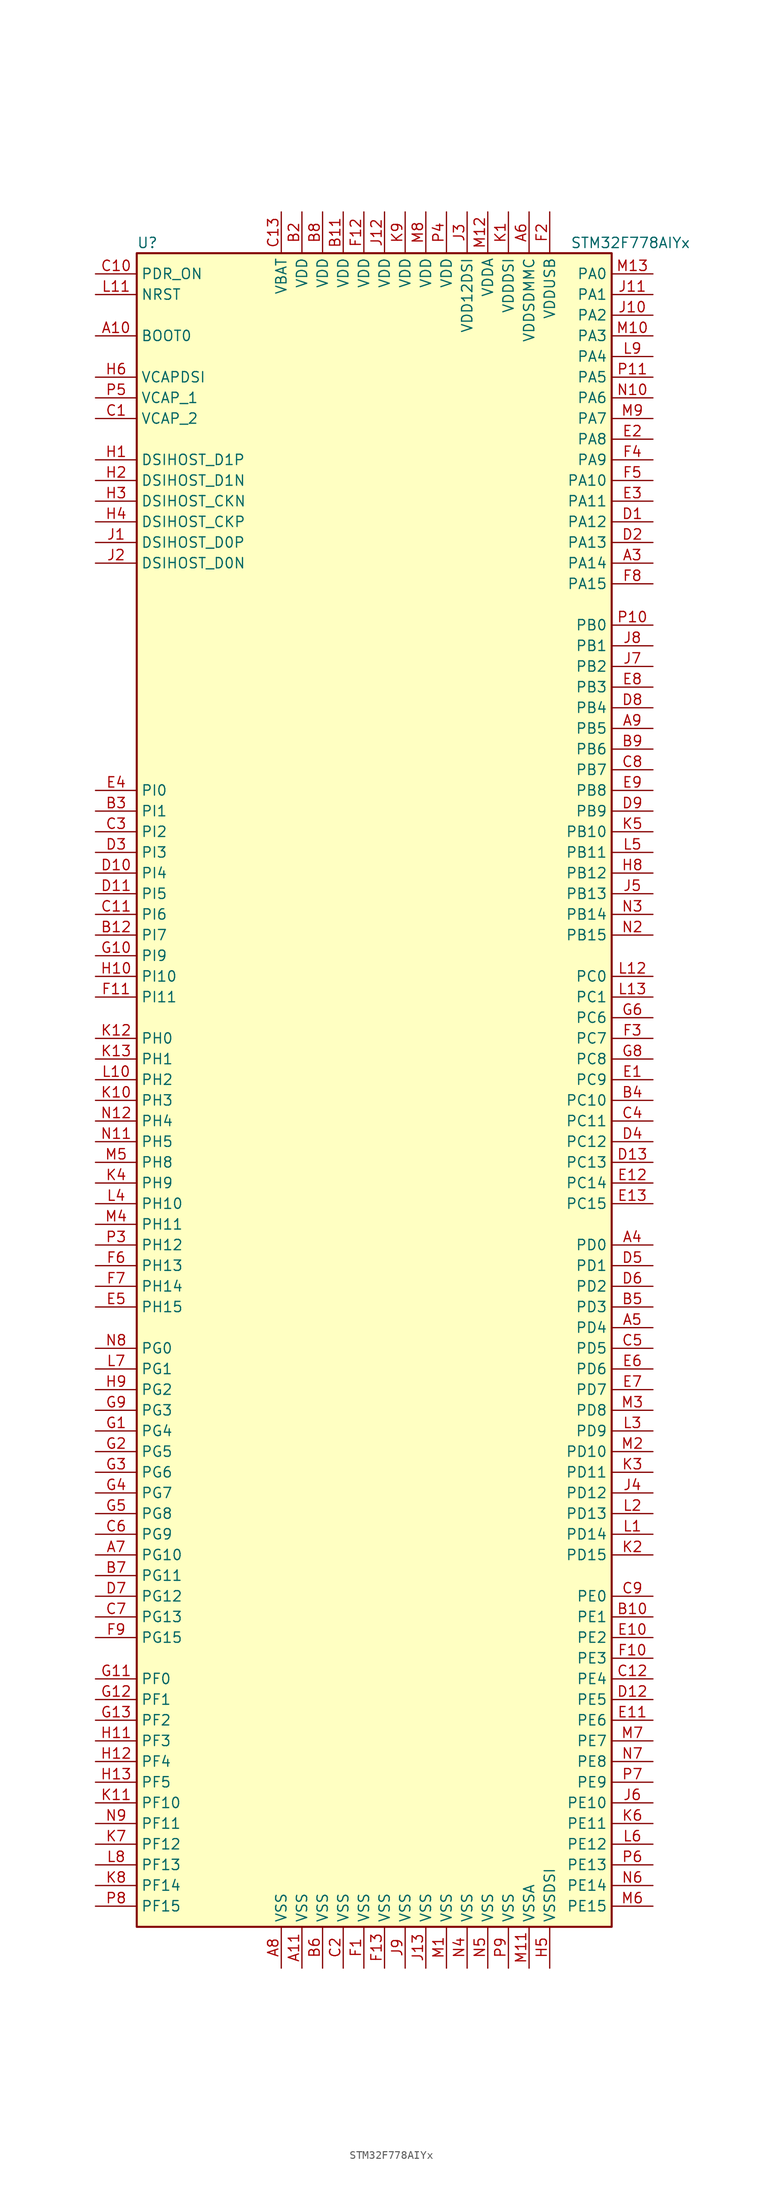
<source format=kicad_sym>
(kicad_symbol_lib
  (version 20201005)
  (generator kicad_symbol_editor)
  (symbol "STM32F778AIYx"
    (property "Reference" "U"
      (at -30.48 102.87 0)
      (effects (font (size 1.27 1.27)) (justify left)))
    (property "Value" "STM32F778AIYx"
      (at 22.86 102.87 0)
      (effects (font (size 1.27 1.27)) (justify left)))
    (symbol "STM32F778AIYx_0_1"
      (rectangle (start -30.48 -104.14) (end 27.94 101.6) (stroke (width 0.254)) (fill (type background))))
    (symbol "STM32F778AIYx_1_1"
      (pin no_connect line (at -30.48 -101.6 0) (length 5.08) hide (name "NC" (effects (font (size 1.27 1.27)))) (number "A1" (effects (font (size 1.27 1.27)))))
      (pin input line (at -35.56 91.44 0) (length 5.08) (name "BOOT0" (effects (font (size 1.27 1.27)))) (number "A10" (effects (font (size 1.27 1.27)))))
      (pin power_in line (at -10.16 -109.22 90) (length 5.08) (name "VSS" (effects (font (size 1.27 1.27)))) (number "A11" (effects (font (size 1.27 1.27)))))
      (pin no_connect line (at -30.48 -96.52 0) (length 5.08) hide (name "NC" (effects (font (size 1.27 1.27)))) (number "A12" (effects (font (size 1.27 1.27)))))
      (pin no_connect line (at -30.48 -93.98 0) (length 5.08) hide (name "NC" (effects (font (size 1.27 1.27)))) (number "A13" (effects (font (size 1.27 1.27)))))
      (pin no_connect line (at -30.48 -99.06 0) (length 5.08) hide (name "NC" (effects (font (size 1.27 1.27)))) (number "A2" (effects (font (size 1.27 1.27)))))
      (pin bidirectional line (at 33.02 63.5 180) (length 5.08) (name "PA14" (effects (font (size 1.27 1.27)))) (number "A3" (effects (font (size 1.27 1.27)))))
      (pin bidirectional line (at 33.02 -20.32 180) (length 5.08) (name "PD0" (effects (font (size 1.27 1.27)))) (number "A4" (effects (font (size 1.27 1.27)))))
      (pin bidirectional line (at 33.02 -30.48 180) (length 5.08) (name "PD4" (effects (font (size 1.27 1.27)))) (number "A5" (effects (font (size 1.27 1.27)))))
      (pin power_in line (at 17.78 106.68 270) (length 5.08) (name "VDDSDMMC" (effects (font (size 1.27 1.27)))) (number "A6" (effects (font (size 1.27 1.27)))))
      (pin bidirectional line (at -35.56 -58.42 0) (length 5.08) (name "PG10" (effects (font (size 1.27 1.27)))) (number "A7" (effects (font (size 1.27 1.27)))))
      (pin power_in line (at -12.7 -109.22 90) (length 5.08) (name "VSS" (effects (font (size 1.27 1.27)))) (number "A8" (effects (font (size 1.27 1.27)))))
      (pin bidirectional line (at 33.02 43.18 180) (length 5.08) (name "PB5" (effects (font (size 1.27 1.27)))) (number "A9" (effects (font (size 1.27 1.27)))))
      (pin no_connect line (at -30.48 -91.44 0) (length 5.08) hide (name "NC" (effects (font (size 1.27 1.27)))) (number "B1" (effects (font (size 1.27 1.27)))))
      (pin bidirectional line (at 33.02 -66.04 180) (length 5.08) (name "PE1" (effects (font (size 1.27 1.27)))) (number "B10" (effects (font (size 1.27 1.27)))))
      (pin power_in line (at -5.08 106.68 270) (length 5.08) (name "VDD" (effects (font (size 1.27 1.27)))) (number "B11" (effects (font (size 1.27 1.27)))))
      (pin bidirectional line (at -35.56 17.78 0) (length 5.08) (name "PI7" (effects (font (size 1.27 1.27)))) (number "B12" (effects (font (size 1.27 1.27)))))
      (pin no_connect line (at -30.48 -88.9 0) (length 5.08) hide (name "NC" (effects (font (size 1.27 1.27)))) (number "B13" (effects (font (size 1.27 1.27)))))
      (pin power_in line (at -10.16 106.68 270) (length 5.08) (name "VDD" (effects (font (size 1.27 1.27)))) (number "B2" (effects (font (size 1.27 1.27)))))
      (pin bidirectional line (at -35.56 33.02 0) (length 5.08) (name "PI1" (effects (font (size 1.27 1.27)))) (number "B3" (effects (font (size 1.27 1.27)))))
      (pin bidirectional line (at 33.02 -2.54 180) (length 5.08) (name "PC10" (effects (font (size 1.27 1.27)))) (number "B4" (effects (font (size 1.27 1.27)))))
      (pin bidirectional line (at 33.02 -27.94 180) (length 5.08) (name "PD3" (effects (font (size 1.27 1.27)))) (number "B5" (effects (font (size 1.27 1.27)))))
      (pin power_in line (at -7.62 -109.22 90) (length 5.08) (name "VSS" (effects (font (size 1.27 1.27)))) (number "B6" (effects (font (size 1.27 1.27)))))
      (pin bidirectional line (at -35.56 -60.96 0) (length 5.08) (name "PG11" (effects (font (size 1.27 1.27)))) (number "B7" (effects (font (size 1.27 1.27)))))
      (pin power_in line (at -7.62 106.68 270) (length 5.08) (name "VDD" (effects (font (size 1.27 1.27)))) (number "B8" (effects (font (size 1.27 1.27)))))
      (pin bidirectional line (at 33.02 40.64 180) (length 5.08) (name "PB6" (effects (font (size 1.27 1.27)))) (number "B9" (effects (font (size 1.27 1.27)))))
      (pin power_in line (at -35.56 81.28 0) (length 5.08) (name "VCAP_2" (effects (font (size 1.27 1.27)))) (number "C1" (effects (font (size 1.27 1.27)))))
      (pin input line (at -35.56 99.06 0) (length 5.08) (name "PDR_ON" (effects (font (size 1.27 1.27)))) (number "C10" (effects (font (size 1.27 1.27)))))
      (pin bidirectional line (at -35.56 20.32 0) (length 5.08) (name "PI6" (effects (font (size 1.27 1.27)))) (number "C11" (effects (font (size 1.27 1.27)))))
      (pin bidirectional line (at 33.02 -73.66 180) (length 5.08) (name "PE4" (effects (font (size 1.27 1.27)))) (number "C12" (effects (font (size 1.27 1.27)))))
      (pin power_in line (at -12.7 106.68 270) (length 5.08) (name "VBAT" (effects (font (size 1.27 1.27)))) (number "C13" (effects (font (size 1.27 1.27)))))
      (pin power_in line (at -5.08 -109.22 90) (length 5.08) (name "VSS" (effects (font (size 1.27 1.27)))) (number "C2" (effects (font (size 1.27 1.27)))))
      (pin bidirectional line (at -35.56 30.48 0) (length 5.08) (name "PI2" (effects (font (size 1.27 1.27)))) (number "C3" (effects (font (size 1.27 1.27)))))
      (pin bidirectional line (at 33.02 -5.08 180) (length 5.08) (name "PC11" (effects (font (size 1.27 1.27)))) (number "C4" (effects (font (size 1.27 1.27)))))
      (pin bidirectional line (at 33.02 -33.02 180) (length 5.08) (name "PD5" (effects (font (size 1.27 1.27)))) (number "C5" (effects (font (size 1.27 1.27)))))
      (pin bidirectional line (at -35.56 -55.88 0) (length 5.08) (name "PG9" (effects (font (size 1.27 1.27)))) (number "C6" (effects (font (size 1.27 1.27)))))
      (pin bidirectional line (at -35.56 -66.04 0) (length 5.08) (name "PG13" (effects (font (size 1.27 1.27)))) (number "C7" (effects (font (size 1.27 1.27)))))
      (pin bidirectional line (at 33.02 38.1 180) (length 5.08) (name "PB7" (effects (font (size 1.27 1.27)))) (number "C8" (effects (font (size 1.27 1.27)))))
      (pin bidirectional line (at 33.02 -63.5 180) (length 5.08) (name "PE0" (effects (font (size 1.27 1.27)))) (number "C9" (effects (font (size 1.27 1.27)))))
      (pin bidirectional line (at 33.02 68.58 180) (length 5.08) (name "PA12" (effects (font (size 1.27 1.27)))) (number "D1" (effects (font (size 1.27 1.27)))))
      (pin bidirectional line (at -35.56 25.4 0) (length 5.08) (name "PI4" (effects (font (size 1.27 1.27)))) (number "D10" (effects (font (size 1.27 1.27)))))
      (pin bidirectional line (at -35.56 22.86 0) (length 5.08) (name "PI5" (effects (font (size 1.27 1.27)))) (number "D11" (effects (font (size 1.27 1.27)))))
      (pin bidirectional line (at 33.02 -76.2 180) (length 5.08) (name "PE5" (effects (font (size 1.27 1.27)))) (number "D12" (effects (font (size 1.27 1.27)))))
      (pin bidirectional line (at 33.02 -10.16 180) (length 5.08) (name "PC13" (effects (font (size 1.27 1.27)))) (number "D13" (effects (font (size 1.27 1.27)))))
      (pin bidirectional line (at 33.02 66.04 180) (length 5.08) (name "PA13" (effects (font (size 1.27 1.27)))) (number "D2" (effects (font (size 1.27 1.27)))))
      (pin bidirectional line (at -35.56 27.94 0) (length 5.08) (name "PI3" (effects (font (size 1.27 1.27)))) (number "D3" (effects (font (size 1.27 1.27)))))
      (pin bidirectional line (at 33.02 -7.62 180) (length 5.08) (name "PC12" (effects (font (size 1.27 1.27)))) (number "D4" (effects (font (size 1.27 1.27)))))
      (pin bidirectional line (at 33.02 -22.86 180) (length 5.08) (name "PD1" (effects (font (size 1.27 1.27)))) (number "D5" (effects (font (size 1.27 1.27)))))
      (pin bidirectional line (at 33.02 -25.4 180) (length 5.08) (name "PD2" (effects (font (size 1.27 1.27)))) (number "D6" (effects (font (size 1.27 1.27)))))
      (pin bidirectional line (at -35.56 -63.5 0) (length 5.08) (name "PG12" (effects (font (size 1.27 1.27)))) (number "D7" (effects (font (size 1.27 1.27)))))
      (pin bidirectional line (at 33.02 45.72 180) (length 5.08) (name "PB4" (effects (font (size 1.27 1.27)))) (number "D8" (effects (font (size 1.27 1.27)))))
      (pin bidirectional line (at 33.02 33.02 180) (length 5.08) (name "PB9" (effects (font (size 1.27 1.27)))) (number "D9" (effects (font (size 1.27 1.27)))))
      (pin bidirectional line (at 33.02 0 180) (length 5.08) (name "PC9" (effects (font (size 1.27 1.27)))) (number "E1" (effects (font (size 1.27 1.27)))))
      (pin bidirectional line (at 33.02 -68.58 180) (length 5.08) (name "PE2" (effects (font (size 1.27 1.27)))) (number "E10" (effects (font (size 1.27 1.27)))))
      (pin bidirectional line (at 33.02 -78.74 180) (length 5.08) (name "PE6" (effects (font (size 1.27 1.27)))) (number "E11" (effects (font (size 1.27 1.27)))))
      (pin bidirectional line (at 33.02 -12.7 180) (length 5.08) (name "PC14" (effects (font (size 1.27 1.27)))) (number "E12" (effects (font (size 1.27 1.27)))))
      (pin bidirectional line (at 33.02 -15.24 180) (length 5.08) (name "PC15" (effects (font (size 1.27 1.27)))) (number "E13" (effects (font (size 1.27 1.27)))))
      (pin bidirectional line (at 33.02 78.74 180) (length 5.08) (name "PA8" (effects (font (size 1.27 1.27)))) (number "E2" (effects (font (size 1.27 1.27)))))
      (pin bidirectional line (at 33.02 71.12 180) (length 5.08) (name "PA11" (effects (font (size 1.27 1.27)))) (number "E3" (effects (font (size 1.27 1.27)))))
      (pin bidirectional line (at -35.56 35.56 0) (length 5.08) (name "PI0" (effects (font (size 1.27 1.27)))) (number "E4" (effects (font (size 1.27 1.27)))))
      (pin bidirectional line (at -35.56 -27.94 0) (length 5.08) (name "PH15" (effects (font (size 1.27 1.27)))) (number "E5" (effects (font (size 1.27 1.27)))))
      (pin bidirectional line (at 33.02 -35.56 180) (length 5.08) (name "PD6" (effects (font (size 1.27 1.27)))) (number "E6" (effects (font (size 1.27 1.27)))))
      (pin bidirectional line (at 33.02 -38.1 180) (length 5.08) (name "PD7" (effects (font (size 1.27 1.27)))) (number "E7" (effects (font (size 1.27 1.27)))))
      (pin bidirectional line (at 33.02 48.26 180) (length 5.08) (name "PB3" (effects (font (size 1.27 1.27)))) (number "E8" (effects (font (size 1.27 1.27)))))
      (pin bidirectional line (at 33.02 35.56 180) (length 5.08) (name "PB8" (effects (font (size 1.27 1.27)))) (number "E9" (effects (font (size 1.27 1.27)))))
      (pin power_in line (at -2.54 -109.22 90) (length 5.08) (name "VSS" (effects (font (size 1.27 1.27)))) (number "F1" (effects (font (size 1.27 1.27)))))
      (pin bidirectional line (at 33.02 -71.12 180) (length 5.08) (name "PE3" (effects (font (size 1.27 1.27)))) (number "F10" (effects (font (size 1.27 1.27)))))
      (pin bidirectional line (at -35.56 10.16 0) (length 5.08) (name "PI11" (effects (font (size 1.27 1.27)))) (number "F11" (effects (font (size 1.27 1.27)))))
      (pin power_in line (at -2.54 106.68 270) (length 5.08) (name "VDD" (effects (font (size 1.27 1.27)))) (number "F12" (effects (font (size 1.27 1.27)))))
      (pin power_in line (at 0 -109.22 90) (length 5.08) (name "VSS" (effects (font (size 1.27 1.27)))) (number "F13" (effects (font (size 1.27 1.27)))))
      (pin power_in line (at 20.32 106.68 270) (length 5.08) (name "VDDUSB" (effects (font (size 1.27 1.27)))) (number "F2" (effects (font (size 1.27 1.27)))))
      (pin bidirectional line (at 33.02 5.08 180) (length 5.08) (name "PC7" (effects (font (size 1.27 1.27)))) (number "F3" (effects (font (size 1.27 1.27)))))
      (pin bidirectional line (at 33.02 76.2 180) (length 5.08) (name "PA9" (effects (font (size 1.27 1.27)))) (number "F4" (effects (font (size 1.27 1.27)))))
      (pin bidirectional line (at 33.02 73.66 180) (length 5.08) (name "PA10" (effects (font (size 1.27 1.27)))) (number "F5" (effects (font (size 1.27 1.27)))))
      (pin bidirectional line (at -35.56 -22.86 0) (length 5.08) (name "PH13" (effects (font (size 1.27 1.27)))) (number "F6" (effects (font (size 1.27 1.27)))))
      (pin bidirectional line (at -35.56 -25.4 0) (length 5.08) (name "PH14" (effects (font (size 1.27 1.27)))) (number "F7" (effects (font (size 1.27 1.27)))))
      (pin bidirectional line (at 33.02 60.96 180) (length 5.08) (name "PA15" (effects (font (size 1.27 1.27)))) (number "F8" (effects (font (size 1.27 1.27)))))
      (pin bidirectional line (at -35.56 -68.58 0) (length 5.08) (name "PG15" (effects (font (size 1.27 1.27)))) (number "F9" (effects (font (size 1.27 1.27)))))
      (pin bidirectional line (at -35.56 -43.18 0) (length 5.08) (name "PG4" (effects (font (size 1.27 1.27)))) (number "G1" (effects (font (size 1.27 1.27)))))
      (pin bidirectional line (at -35.56 15.24 0) (length 5.08) (name "PI9" (effects (font (size 1.27 1.27)))) (number "G10" (effects (font (size 1.27 1.27)))))
      (pin bidirectional line (at -35.56 -73.66 0) (length 5.08) (name "PF0" (effects (font (size 1.27 1.27)))) (number "G11" (effects (font (size 1.27 1.27)))))
      (pin bidirectional line (at -35.56 -76.2 0) (length 5.08) (name "PF1" (effects (font (size 1.27 1.27)))) (number "G12" (effects (font (size 1.27 1.27)))))
      (pin bidirectional line (at -35.56 -78.74 0) (length 5.08) (name "PF2" (effects (font (size 1.27 1.27)))) (number "G13" (effects (font (size 1.27 1.27)))))
      (pin bidirectional line (at -35.56 -45.72 0) (length 5.08) (name "PG5" (effects (font (size 1.27 1.27)))) (number "G2" (effects (font (size 1.27 1.27)))))
      (pin bidirectional line (at -35.56 -48.26 0) (length 5.08) (name "PG6" (effects (font (size 1.27 1.27)))) (number "G3" (effects (font (size 1.27 1.27)))))
      (pin bidirectional line (at -35.56 -50.8 0) (length 5.08) (name "PG7" (effects (font (size 1.27 1.27)))) (number "G4" (effects (font (size 1.27 1.27)))))
      (pin bidirectional line (at -35.56 -53.34 0) (length 5.08) (name "PG8" (effects (font (size 1.27 1.27)))) (number "G5" (effects (font (size 1.27 1.27)))))
      (pin bidirectional line (at 33.02 7.62 180) (length 5.08) (name "PC6" (effects (font (size 1.27 1.27)))) (number "G6" (effects (font (size 1.27 1.27)))))
      (pin bidirectional line (at 33.02 2.54 180) (length 5.08) (name "PC8" (effects (font (size 1.27 1.27)))) (number "G8" (effects (font (size 1.27 1.27)))))
      (pin bidirectional line (at -35.56 -40.64 0) (length 5.08) (name "PG3" (effects (font (size 1.27 1.27)))) (number "G9" (effects (font (size 1.27 1.27)))))
      (pin bidirectional line (at -35.56 76.2 0) (length 5.08) (name "DSIHOST_D1P" (effects (font (size 1.27 1.27)))) (number "H1" (effects (font (size 1.27 1.27)))))
      (pin bidirectional line (at -35.56 12.7 0) (length 5.08) (name "PI10" (effects (font (size 1.27 1.27)))) (number "H10" (effects (font (size 1.27 1.27)))))
      (pin bidirectional line (at -35.56 -81.28 0) (length 5.08) (name "PF3" (effects (font (size 1.27 1.27)))) (number "H11" (effects (font (size 1.27 1.27)))))
      (pin bidirectional line (at -35.56 -83.82 0) (length 5.08) (name "PF4" (effects (font (size 1.27 1.27)))) (number "H12" (effects (font (size 1.27 1.27)))))
      (pin bidirectional line (at -35.56 -86.36 0) (length 5.08) (name "PF5" (effects (font (size 1.27 1.27)))) (number "H13" (effects (font (size 1.27 1.27)))))
      (pin bidirectional line (at -35.56 73.66 0) (length 5.08) (name "DSIHOST_D1N" (effects (font (size 1.27 1.27)))) (number "H2" (effects (font (size 1.27 1.27)))))
      (pin bidirectional line (at -35.56 71.12 0) (length 5.08) (name "DSIHOST_CKN" (effects (font (size 1.27 1.27)))) (number "H3" (effects (font (size 1.27 1.27)))))
      (pin bidirectional line (at -35.56 68.58 0) (length 5.08) (name "DSIHOST_CKP" (effects (font (size 1.27 1.27)))) (number "H4" (effects (font (size 1.27 1.27)))))
      (pin power_in line (at 20.32 -109.22 90) (length 5.08) (name "VSSDSI" (effects (font (size 1.27 1.27)))) (number "H5" (effects (font (size 1.27 1.27)))))
      (pin power_in line (at -35.56 86.36 0) (length 5.08) (name "VCAPDSI" (effects (font (size 1.27 1.27)))) (number "H6" (effects (font (size 1.27 1.27)))))
      (pin bidirectional line (at 33.02 25.4 180) (length 5.08) (name "PB12" (effects (font (size 1.27 1.27)))) (number "H8" (effects (font (size 1.27 1.27)))))
      (pin bidirectional line (at -35.56 -38.1 0) (length 5.08) (name "PG2" (effects (font (size 1.27 1.27)))) (number "H9" (effects (font (size 1.27 1.27)))))
      (pin bidirectional line (at -35.56 66.04 0) (length 5.08) (name "DSIHOST_D0P" (effects (font (size 1.27 1.27)))) (number "J1" (effects (font (size 1.27 1.27)))))
      (pin bidirectional line (at 33.02 93.98 180) (length 5.08) (name "PA2" (effects (font (size 1.27 1.27)))) (number "J10" (effects (font (size 1.27 1.27)))))
      (pin bidirectional line (at 33.02 96.52 180) (length 5.08) (name "PA1" (effects (font (size 1.27 1.27)))) (number "J11" (effects (font (size 1.27 1.27)))))
      (pin power_in line (at 0 106.68 270) (length 5.08) (name "VDD" (effects (font (size 1.27 1.27)))) (number "J12" (effects (font (size 1.27 1.27)))))
      (pin power_in line (at 5.08 -109.22 90) (length 5.08) (name "VSS" (effects (font (size 1.27 1.27)))) (number "J13" (effects (font (size 1.27 1.27)))))
      (pin bidirectional line (at -35.56 63.5 0) (length 5.08) (name "DSIHOST_D0N" (effects (font (size 1.27 1.27)))) (number "J2" (effects (font (size 1.27 1.27)))))
      (pin power_in line (at 10.16 106.68 270) (length 5.08) (name "VDD12DSI" (effects (font (size 1.27 1.27)))) (number "J3" (effects (font (size 1.27 1.27)))))
      (pin bidirectional line (at 33.02 -50.8 180) (length 5.08) (name "PD12" (effects (font (size 1.27 1.27)))) (number "J4" (effects (font (size 1.27 1.27)))))
      (pin bidirectional line (at 33.02 22.86 180) (length 5.08) (name "PB13" (effects (font (size 1.27 1.27)))) (number "J5" (effects (font (size 1.27 1.27)))))
      (pin bidirectional line (at 33.02 -88.9 180) (length 5.08) (name "PE10" (effects (font (size 1.27 1.27)))) (number "J6" (effects (font (size 1.27 1.27)))))
      (pin bidirectional line (at 33.02 50.8 180) (length 5.08) (name "PB2" (effects (font (size 1.27 1.27)))) (number "J7" (effects (font (size 1.27 1.27)))))
      (pin bidirectional line (at 33.02 53.34 180) (length 5.08) (name "PB1" (effects (font (size 1.27 1.27)))) (number "J8" (effects (font (size 1.27 1.27)))))
      (pin power_in line (at 2.54 -109.22 90) (length 5.08) (name "VSS" (effects (font (size 1.27 1.27)))) (number "J9" (effects (font (size 1.27 1.27)))))
      (pin power_in line (at 15.24 106.68 270) (length 5.08) (name "VDDDSI" (effects (font (size 1.27 1.27)))) (number "K1" (effects (font (size 1.27 1.27)))))
      (pin bidirectional line (at -35.56 -2.54 0) (length 5.08) (name "PH3" (effects (font (size 1.27 1.27)))) (number "K10" (effects (font (size 1.27 1.27)))))
      (pin bidirectional line (at -35.56 -88.9 0) (length 5.08) (name "PF10" (effects (font (size 1.27 1.27)))) (number "K11" (effects (font (size 1.27 1.27)))))
      (pin input line (at -35.56 5.08 0) (length 5.08) (name "PH0" (effects (font (size 1.27 1.27)))) (number "K12" (effects (font (size 1.27 1.27)))))
      (pin input line (at -35.56 2.54 0) (length 5.08) (name "PH1" (effects (font (size 1.27 1.27)))) (number "K13" (effects (font (size 1.27 1.27)))))
      (pin bidirectional line (at 33.02 -58.42 180) (length 5.08) (name "PD15" (effects (font (size 1.27 1.27)))) (number "K2" (effects (font (size 1.27 1.27)))))
      (pin bidirectional line (at 33.02 -48.26 180) (length 5.08) (name "PD11" (effects (font (size 1.27 1.27)))) (number "K3" (effects (font (size 1.27 1.27)))))
      (pin bidirectional line (at -35.56 -12.7 0) (length 5.08) (name "PH9" (effects (font (size 1.27 1.27)))) (number "K4" (effects (font (size 1.27 1.27)))))
      (pin bidirectional line (at 33.02 30.48 180) (length 5.08) (name "PB10" (effects (font (size 1.27 1.27)))) (number "K5" (effects (font (size 1.27 1.27)))))
      (pin bidirectional line (at 33.02 -91.44 180) (length 5.08) (name "PE11" (effects (font (size 1.27 1.27)))) (number "K6" (effects (font (size 1.27 1.27)))))
      (pin bidirectional line (at -35.56 -93.98 0) (length 5.08) (name "PF12" (effects (font (size 1.27 1.27)))) (number "K7" (effects (font (size 1.27 1.27)))))
      (pin bidirectional line (at -35.56 -99.06 0) (length 5.08) (name "PF14" (effects (font (size 1.27 1.27)))) (number "K8" (effects (font (size 1.27 1.27)))))
      (pin power_in line (at 2.54 106.68 270) (length 5.08) (name "VDD" (effects (font (size 1.27 1.27)))) (number "K9" (effects (font (size 1.27 1.27)))))
      (pin bidirectional line (at 33.02 -55.88 180) (length 5.08) (name "PD14" (effects (font (size 1.27 1.27)))) (number "L1" (effects (font (size 1.27 1.27)))))
      (pin bidirectional line (at -35.56 0 0) (length 5.08) (name "PH2" (effects (font (size 1.27 1.27)))) (number "L10" (effects (font (size 1.27 1.27)))))
      (pin input line (at -35.56 96.52 0) (length 5.08) (name "NRST" (effects (font (size 1.27 1.27)))) (number "L11" (effects (font (size 1.27 1.27)))))
      (pin bidirectional line (at 33.02 12.7 180) (length 5.08) (name "PC0" (effects (font (size 1.27 1.27)))) (number "L12" (effects (font (size 1.27 1.27)))))
      (pin bidirectional line (at 33.02 10.16 180) (length 5.08) (name "PC1" (effects (font (size 1.27 1.27)))) (number "L13" (effects (font (size 1.27 1.27)))))
      (pin bidirectional line (at 33.02 -53.34 180) (length 5.08) (name "PD13" (effects (font (size 1.27 1.27)))) (number "L2" (effects (font (size 1.27 1.27)))))
      (pin bidirectional line (at 33.02 -43.18 180) (length 5.08) (name "PD9" (effects (font (size 1.27 1.27)))) (number "L3" (effects (font (size 1.27 1.27)))))
      (pin bidirectional line (at -35.56 -15.24 0) (length 5.08) (name "PH10" (effects (font (size 1.27 1.27)))) (number "L4" (effects (font (size 1.27 1.27)))))
      (pin bidirectional line (at 33.02 27.94 180) (length 5.08) (name "PB11" (effects (font (size 1.27 1.27)))) (number "L5" (effects (font (size 1.27 1.27)))))
      (pin bidirectional line (at 33.02 -93.98 180) (length 5.08) (name "PE12" (effects (font (size 1.27 1.27)))) (number "L6" (effects (font (size 1.27 1.27)))))
      (pin bidirectional line (at -35.56 -35.56 0) (length 5.08) (name "PG1" (effects (font (size 1.27 1.27)))) (number "L7" (effects (font (size 1.27 1.27)))))
      (pin bidirectional line (at -35.56 -96.52 0) (length 5.08) (name "PF13" (effects (font (size 1.27 1.27)))) (number "L8" (effects (font (size 1.27 1.27)))))
      (pin bidirectional line (at 33.02 88.9 180) (length 5.08) (name "PA4" (effects (font (size 1.27 1.27)))) (number "L9" (effects (font (size 1.27 1.27)))))
      (pin power_in line (at 7.62 -109.22 90) (length 5.08) (name "VSS" (effects (font (size 1.27 1.27)))) (number "M1" (effects (font (size 1.27 1.27)))))
      (pin bidirectional line (at 33.02 91.44 180) (length 5.08) (name "PA3" (effects (font (size 1.27 1.27)))) (number "M10" (effects (font (size 1.27 1.27)))))
      (pin power_in line (at 17.78 -109.22 90) (length 5.08) (name "VSSA" (effects (font (size 1.27 1.27)))) (number "M11" (effects (font (size 1.27 1.27)))))
      (pin power_in line (at 12.7 106.68 270) (length 5.08) (name "VDDA" (effects (font (size 1.27 1.27)))) (number "M12" (effects (font (size 1.27 1.27)))))
      (pin bidirectional line (at 33.02 99.06 180) (length 5.08) (name "PA0" (effects (font (size 1.27 1.27)))) (number "M13" (effects (font (size 1.27 1.27)))))
      (pin bidirectional line (at 33.02 -45.72 180) (length 5.08) (name "PD10" (effects (font (size 1.27 1.27)))) (number "M2" (effects (font (size 1.27 1.27)))))
      (pin bidirectional line (at 33.02 -40.64 180) (length 5.08) (name "PD8" (effects (font (size 1.27 1.27)))) (number "M3" (effects (font (size 1.27 1.27)))))
      (pin bidirectional line (at -35.56 -17.78 0) (length 5.08) (name "PH11" (effects (font (size 1.27 1.27)))) (number "M4" (effects (font (size 1.27 1.27)))))
      (pin bidirectional line (at -35.56 -10.16 0) (length 5.08) (name "PH8" (effects (font (size 1.27 1.27)))) (number "M5" (effects (font (size 1.27 1.27)))))
      (pin bidirectional line (at 33.02 -101.6 180) (length 5.08) (name "PE15" (effects (font (size 1.27 1.27)))) (number "M6" (effects (font (size 1.27 1.27)))))
      (pin bidirectional line (at 33.02 -81.28 180) (length 5.08) (name "PE7" (effects (font (size 1.27 1.27)))) (number "M7" (effects (font (size 1.27 1.27)))))
      (pin power_in line (at 5.08 106.68 270) (length 5.08) (name "VDD" (effects (font (size 1.27 1.27)))) (number "M8" (effects (font (size 1.27 1.27)))))
      (pin bidirectional line (at 33.02 81.28 180) (length 5.08) (name "PA7" (effects (font (size 1.27 1.27)))) (number "M9" (effects (font (size 1.27 1.27)))))
      (pin no_connect line (at -30.48 -86.36 0) (length 5.08) hide (name "NC" (effects (font (size 1.27 1.27)))) (number "N1" (effects (font (size 1.27 1.27)))))
      (pin bidirectional line (at 33.02 83.82 180) (length 5.08) (name "PA6" (effects (font (size 1.27 1.27)))) (number "N10" (effects (font (size 1.27 1.27)))))
      (pin bidirectional line (at -35.56 -7.62 0) (length 5.08) (name "PH5" (effects (font (size 1.27 1.27)))) (number "N11" (effects (font (size 1.27 1.27)))))
      (pin bidirectional line (at -35.56 -5.08 0) (length 5.08) (name "PH4" (effects (font (size 1.27 1.27)))) (number "N12" (effects (font (size 1.27 1.27)))))
      (pin no_connect line (at -30.48 -83.82 0) (length 5.08) hide (name "NC" (effects (font (size 1.27 1.27)))) (number "N13" (effects (font (size 1.27 1.27)))))
      (pin bidirectional line (at 33.02 17.78 180) (length 5.08) (name "PB15" (effects (font (size 1.27 1.27)))) (number "N2" (effects (font (size 1.27 1.27)))))
      (pin bidirectional line (at 33.02 20.32 180) (length 5.08) (name "PB14" (effects (font (size 1.27 1.27)))) (number "N3" (effects (font (size 1.27 1.27)))))
      (pin power_in line (at 10.16 -109.22 90) (length 5.08) (name "VSS" (effects (font (size 1.27 1.27)))) (number "N4" (effects (font (size 1.27 1.27)))))
      (pin power_in line (at 12.7 -109.22 90) (length 5.08) (name "VSS" (effects (font (size 1.27 1.27)))) (number "N5" (effects (font (size 1.27 1.27)))))
      (pin bidirectional line (at 33.02 -99.06 180) (length 5.08) (name "PE14" (effects (font (size 1.27 1.27)))) (number "N6" (effects (font (size 1.27 1.27)))))
      (pin bidirectional line (at 33.02 -83.82 180) (length 5.08) (name "PE8" (effects (font (size 1.27 1.27)))) (number "N7" (effects (font (size 1.27 1.27)))))
      (pin bidirectional line (at -35.56 -33.02 0) (length 5.08) (name "PG0" (effects (font (size 1.27 1.27)))) (number "N8" (effects (font (size 1.27 1.27)))))
      (pin bidirectional line (at -35.56 -91.44 0) (length 5.08) (name "PF11" (effects (font (size 1.27 1.27)))) (number "N9" (effects (font (size 1.27 1.27)))))
      (pin no_connect line (at -30.48 -81.28 0) (length 5.08) hide (name "NC" (effects (font (size 1.27 1.27)))) (number "P1" (effects (font (size 1.27 1.27)))))
      (pin bidirectional line (at 33.02 55.88 180) (length 5.08) (name "PB0" (effects (font (size 1.27 1.27)))) (number "P10" (effects (font (size 1.27 1.27)))))
      (pin bidirectional line (at 33.02 86.36 180) (length 5.08) (name "PA5" (effects (font (size 1.27 1.27)))) (number "P11" (effects (font (size 1.27 1.27)))))
      (pin no_connect line (at -30.48 -76.2 0) (length 5.08) hide (name "NC" (effects (font (size 1.27 1.27)))) (number "P12" (effects (font (size 1.27 1.27)))))
      (pin no_connect line (at -30.48 -73.66 0) (length 5.08) hide (name "NC" (effects (font (size 1.27 1.27)))) (number "P13" (effects (font (size 1.27 1.27)))))
      (pin no_connect line (at -30.48 -78.74 0) (length 5.08) hide (name "NC" (effects (font (size 1.27 1.27)))) (number "P2" (effects (font (size 1.27 1.27)))))
      (pin bidirectional line (at -35.56 -20.32 0) (length 5.08) (name "PH12" (effects (font (size 1.27 1.27)))) (number "P3" (effects (font (size 1.27 1.27)))))
      (pin power_in line (at 7.62 106.68 270) (length 5.08) (name "VDD" (effects (font (size 1.27 1.27)))) (number "P4" (effects (font (size 1.27 1.27)))))
      (pin power_in line (at -35.56 83.82 0) (length 5.08) (name "VCAP_1" (effects (font (size 1.27 1.27)))) (number "P5" (effects (font (size 1.27 1.27)))))
      (pin bidirectional line (at 33.02 -96.52 180) (length 5.08) (name "PE13" (effects (font (size 1.27 1.27)))) (number "P6" (effects (font (size 1.27 1.27)))))
      (pin bidirectional line (at 33.02 -86.36 180) (length 5.08) (name "PE9" (effects (font (size 1.27 1.27)))) (number "P7" (effects (font (size 1.27 1.27)))))
      (pin bidirectional line (at -35.56 -101.6 0) (length 5.08) (name "PF15" (effects (font (size 1.27 1.27)))) (number "P8" (effects (font (size 1.27 1.27)))))
      (pin power_in line (at 15.24 -109.22 90) (length 5.08) (name "VSS" (effects (font (size 1.27 1.27)))) (number "P9" (effects (font (size 1.27 1.27))))))))
</source>
